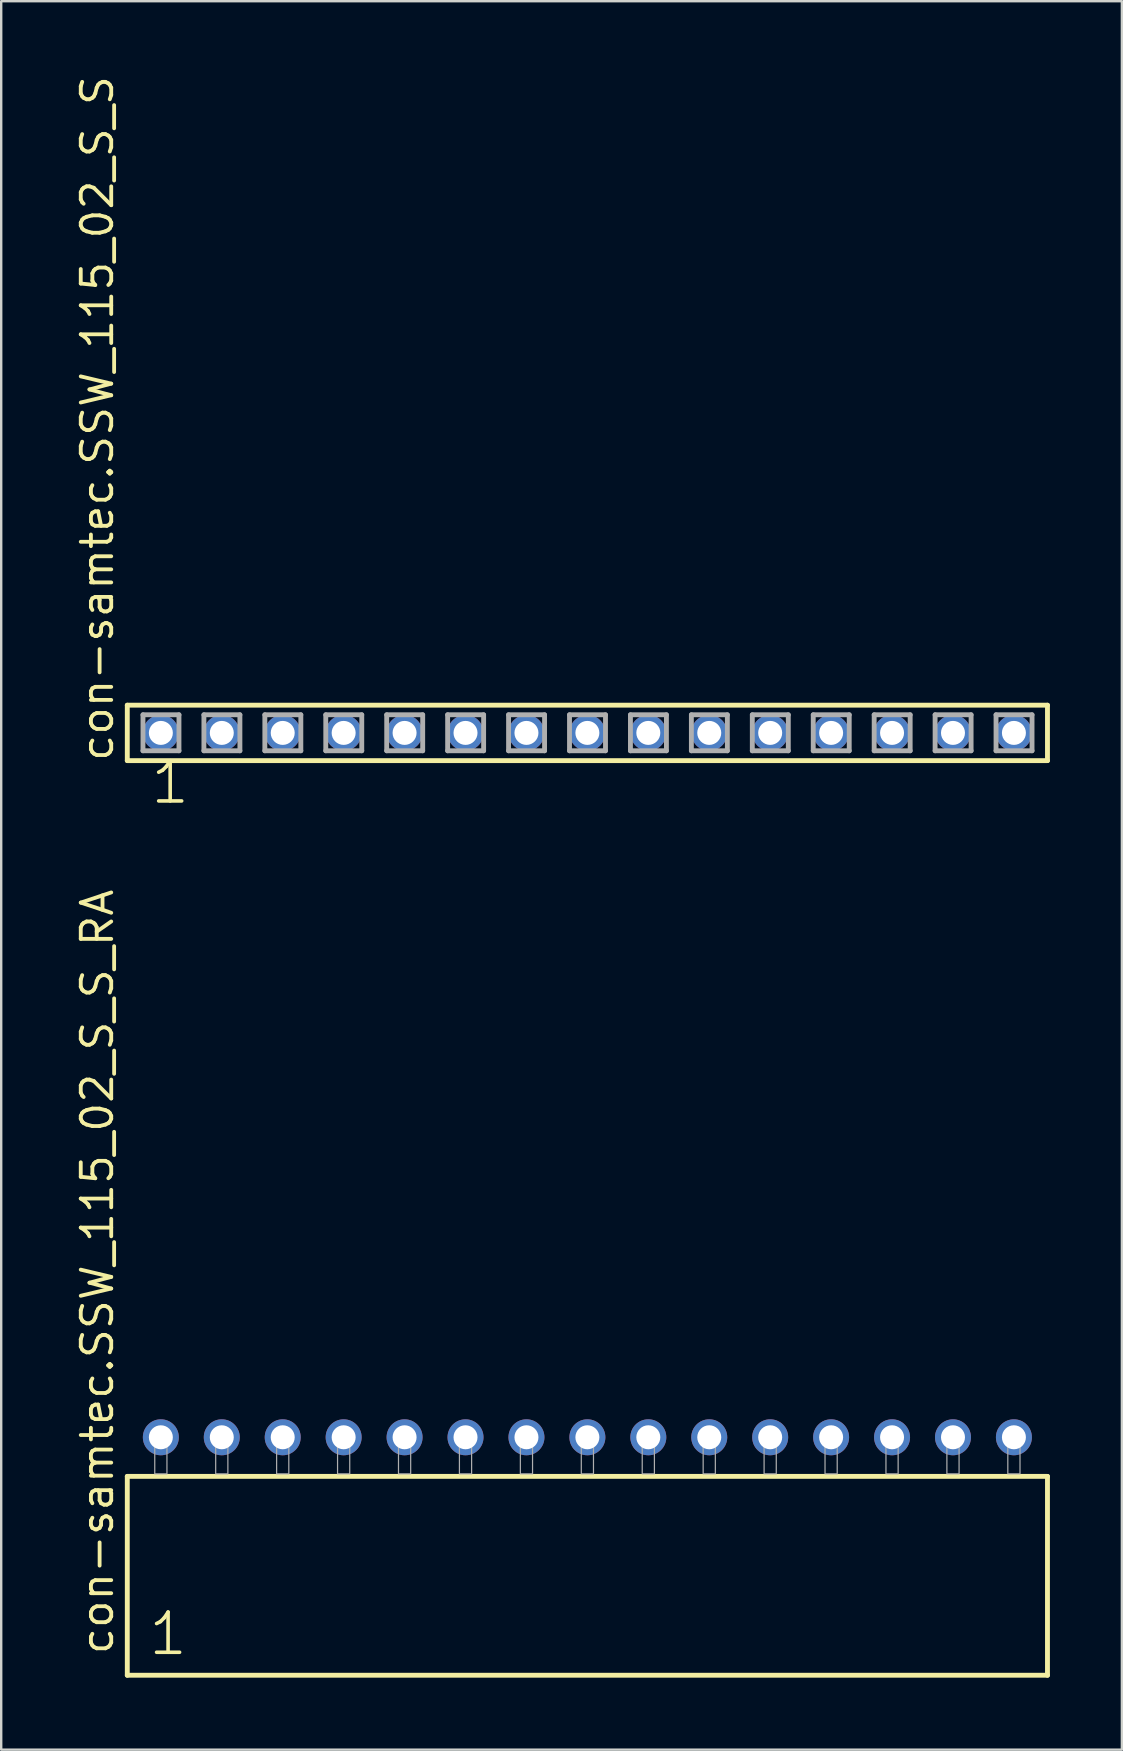
<source format=kicad_pcb>
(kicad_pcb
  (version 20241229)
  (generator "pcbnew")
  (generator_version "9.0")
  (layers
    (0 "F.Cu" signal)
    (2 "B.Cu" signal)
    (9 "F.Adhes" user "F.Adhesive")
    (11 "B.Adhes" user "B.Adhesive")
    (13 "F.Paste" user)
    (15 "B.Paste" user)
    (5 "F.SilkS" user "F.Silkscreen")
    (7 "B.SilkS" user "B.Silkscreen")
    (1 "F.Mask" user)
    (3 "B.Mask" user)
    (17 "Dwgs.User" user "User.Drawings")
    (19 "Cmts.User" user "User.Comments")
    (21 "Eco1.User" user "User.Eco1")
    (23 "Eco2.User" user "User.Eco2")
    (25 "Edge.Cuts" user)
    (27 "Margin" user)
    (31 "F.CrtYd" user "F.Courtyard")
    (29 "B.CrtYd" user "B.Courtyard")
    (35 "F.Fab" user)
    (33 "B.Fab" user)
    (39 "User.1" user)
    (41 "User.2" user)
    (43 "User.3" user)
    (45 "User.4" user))
  (footprint "con-samtec.SSW_115_02_S_S"
    (layer "F.Cu")
    (at 21.435 27.501)
    (property "Reference" "con-samtec.SSW_115_02_S_S" (at -19.685 1.27 90) (layer "F.SilkS") (effects (font (size 1.27 1.27) (thickness 0.16)) (justify left bottom)))
    (attr through_hole)
    (fp_line (start -19.179 -1.155) (end 19.179 -1.155) (stroke (width 0.203) (type default)) (layer "F.SilkS"))
    (fp_line (start -19.179 1.155) (end -19.179 -1.155) (stroke (width 0.203) (type default)) (layer "F.SilkS"))
    (fp_line (start 19.179 -1.155) (end 19.179 1.155) (stroke (width 0.203) (type default)) (layer "F.SilkS"))
    (fp_line (start 19.179 1.155) (end -19.179 1.155) (stroke (width 0.203) (type default)) (layer "F.SilkS"))
    (fp_line (start -18.525 -0.755) (end -17.025 -0.755) (stroke (width 0.203) (type default)) (layer "F.Fab"))
    (fp_line (start -18.525 0.745) (end -18.525 -0.755) (stroke (width 0.203) (type default)) (layer "F.Fab"))
    (fp_line (start -17.025 -0.755) (end -17.025 0.745) (stroke (width 0.203) (type default)) (layer "F.Fab"))
    (fp_line (start -17.025 0.745) (end -18.525 0.745) (stroke (width 0.203) (type default)) (layer "F.Fab"))
    (fp_line (start -15.985 -0.755) (end -14.485 -0.755) (stroke (width 0.203) (type default)) (layer "F.Fab"))
    (fp_line (start -15.985 0.745) (end -15.985 -0.755) (stroke (width 0.203) (type default)) (layer "F.Fab"))
    (fp_line (start -14.485 -0.755) (end -14.485 0.745) (stroke (width 0.203) (type default)) (layer "F.Fab"))
    (fp_line (start -14.485 0.745) (end -15.985 0.745) (stroke (width 0.203) (type default)) (layer "F.Fab"))
    (fp_line (start -13.445 -0.755) (end -11.945 -0.755) (stroke (width 0.203) (type default)) (layer "F.Fab"))
    (fp_line (start -13.445 0.745) (end -13.445 -0.755) (stroke (width 0.203) (type default)) (layer "F.Fab"))
    (fp_line (start -11.945 -0.755) (end -11.945 0.745) (stroke (width 0.203) (type default)) (layer "F.Fab"))
    (fp_line (start -11.945 0.745) (end -13.445 0.745) (stroke (width 0.203) (type default)) (layer "F.Fab"))
    (fp_line (start -10.905 -0.755) (end -9.405 -0.755) (stroke (width 0.203) (type default)) (layer "F.Fab"))
    (fp_line (start -10.905 0.745) (end -10.905 -0.755) (stroke (width 0.203) (type default)) (layer "F.Fab"))
    (fp_line (start -9.405 -0.755) (end -9.405 0.745) (stroke (width 0.203) (type default)) (layer "F.Fab"))
    (fp_line (start -9.405 0.745) (end -10.905 0.745) (stroke (width 0.203) (type default)) (layer "F.Fab"))
    (fp_line (start -8.365 -0.755) (end -6.865 -0.755) (stroke (width 0.203) (type default)) (layer "F.Fab"))
    (fp_line (start -8.365 0.745) (end -8.365 -0.755) (stroke (width 0.203) (type default)) (layer "F.Fab"))
    (fp_line (start -6.865 -0.755) (end -6.865 0.745) (stroke (width 0.203) (type default)) (layer "F.Fab"))
    (fp_line (start -6.865 0.745) (end -8.365 0.745) (stroke (width 0.203) (type default)) (layer "F.Fab"))
    (fp_line (start -5.825 -0.755) (end -4.325 -0.755) (stroke (width 0.203) (type default)) (layer "F.Fab"))
    (fp_line (start -5.825 0.745) (end -5.825 -0.755) (stroke (width 0.203) (type default)) (layer "F.Fab"))
    (fp_line (start -4.325 -0.755) (end -4.325 0.745) (stroke (width 0.203) (type default)) (layer "F.Fab"))
    (fp_line (start -4.325 0.745) (end -5.825 0.745) (stroke (width 0.203) (type default)) (layer "F.Fab"))
    (fp_line (start -3.285 -0.755) (end -1.785 -0.755) (stroke (width 0.203) (type default)) (layer "F.Fab"))
    (fp_line (start -3.285 0.745) (end -3.285 -0.755) (stroke (width 0.203) (type default)) (layer "F.Fab"))
    (fp_line (start -1.785 -0.755) (end -1.785 0.745) (stroke (width 0.203) (type default)) (layer "F.Fab"))
    (fp_line (start -1.785 0.745) (end -3.285 0.745) (stroke (width 0.203) (type default)) (layer "F.Fab"))
    (fp_line (start -0.745 -0.755) (end 0.755 -0.755) (stroke (width 0.203) (type default)) (layer "F.Fab"))
    (fp_line (start -0.745 0.745) (end -0.745 -0.755) (stroke (width 0.203) (type default)) (layer "F.Fab"))
    (fp_line (start 0.755 -0.755) (end 0.755 0.745) (stroke (width 0.203) (type default)) (layer "F.Fab"))
    (fp_line (start 0.755 0.745) (end -0.745 0.745) (stroke (width 0.203) (type default)) (layer "F.Fab"))
    (fp_line (start 1.795 -0.755) (end 3.295 -0.755) (stroke (width 0.203) (type default)) (layer "F.Fab"))
    (fp_line (start 1.795 0.745) (end 1.795 -0.755) (stroke (width 0.203) (type default)) (layer "F.Fab"))
    (fp_line (start 3.295 -0.755) (end 3.295 0.745) (stroke (width 0.203) (type default)) (layer "F.Fab"))
    (fp_line (start 3.295 0.745) (end 1.795 0.745) (stroke (width 0.203) (type default)) (layer "F.Fab"))
    (fp_line (start 4.335 -0.755) (end 5.835 -0.755) (stroke (width 0.203) (type default)) (layer "F.Fab"))
    (fp_line (start 4.335 0.745) (end 4.335 -0.755) (stroke (width 0.203) (type default)) (layer "F.Fab"))
    (fp_line (start 5.835 -0.755) (end 5.835 0.745) (stroke (width 0.203) (type default)) (layer "F.Fab"))
    (fp_line (start 5.835 0.745) (end 4.335 0.745) (stroke (width 0.203) (type default)) (layer "F.Fab"))
    (fp_line (start 6.875 -0.755) (end 8.375 -0.755) (stroke (width 0.203) (type default)) (layer "F.Fab"))
    (fp_line (start 6.875 0.745) (end 6.875 -0.755) (stroke (width 0.203) (type default)) (layer "F.Fab"))
    (fp_line (start 8.375 -0.755) (end 8.375 0.745) (stroke (width 0.203) (type default)) (layer "F.Fab"))
    (fp_line (start 8.375 0.745) (end 6.875 0.745) (stroke (width 0.203) (type default)) (layer "F.Fab"))
    (fp_line (start 9.415 -0.755) (end 10.915 -0.755) (stroke (width 0.203) (type default)) (layer "F.Fab"))
    (fp_line (start 9.415 0.745) (end 9.415 -0.755) (stroke (width 0.203) (type default)) (layer "F.Fab"))
    (fp_line (start 10.915 -0.755) (end 10.915 0.745) (stroke (width 0.203) (type default)) (layer "F.Fab"))
    (fp_line (start 10.915 0.745) (end 9.415 0.745) (stroke (width 0.203) (type default)) (layer "F.Fab"))
    (fp_line (start 11.955 -0.755) (end 13.455 -0.755) (stroke (width 0.203) (type default)) (layer "F.Fab"))
    (fp_line (start 11.955 0.745) (end 11.955 -0.755) (stroke (width 0.203) (type default)) (layer "F.Fab"))
    (fp_line (start 13.455 -0.755) (end 13.455 0.745) (stroke (width 0.203) (type default)) (layer "F.Fab"))
    (fp_line (start 13.455 0.745) (end 11.955 0.745) (stroke (width 0.203) (type default)) (layer "F.Fab"))
    (fp_line (start 14.495 -0.755) (end 15.995 -0.755) (stroke (width 0.203) (type default)) (layer "F.Fab"))
    (fp_line (start 14.495 0.745) (end 14.495 -0.755) (stroke (width 0.203) (type default)) (layer "F.Fab"))
    (fp_line (start 15.995 -0.755) (end 15.995 0.745) (stroke (width 0.203) (type default)) (layer "F.Fab"))
    (fp_line (start 15.995 0.745) (end 14.495 0.745) (stroke (width 0.203) (type default)) (layer "F.Fab"))
    (fp_line (start 17.035 -0.755) (end 18.535 -0.755) (stroke (width 0.203) (type default)) (layer "F.Fab"))
    (fp_line (start 17.035 0.745) (end 17.035 -0.755) (stroke (width 0.203) (type default)) (layer "F.Fab"))
    (fp_line (start 18.535 -0.755) (end 18.535 0.745) (stroke (width 0.203) (type default)) (layer "F.Fab"))
    (fp_line (start 18.535 0.745) (end 17.035 0.745) (stroke (width 0.203) (type default)) (layer "F.Fab"))
    (fp_text user "1" (at -18.288 3.048 0) (layer "F.SilkS") (effects (font (size 1.676 1.676) (thickness 0.15)) (justify left bottom)))
    (pad "1" thru_hole circle (at -17.78 0) (size 1.5 1.5) (drill 1) (layers "*.Cu" "*.Mask"))
    (pad "2" thru_hole circle (at -15.24 0) (size 1.5 1.5) (drill 1) (layers "*.Cu" "*.Mask"))
    (pad "3" thru_hole circle (at -12.7 0) (size 1.5 1.5) (drill 1) (layers "*.Cu" "*.Mask"))
    (pad "4" thru_hole circle (at -10.16 0) (size 1.5 1.5) (drill 1) (layers "*.Cu" "*.Mask"))
    (pad "5" thru_hole circle (at -7.62 0) (size 1.5 1.5) (drill 1) (layers "*.Cu" "*.Mask"))
    (pad "6" thru_hole circle (at -5.08 0) (size 1.5 1.5) (drill 1) (layers "*.Cu" "*.Mask"))
    (pad "7" thru_hole circle (at -2.54 0) (size 1.5 1.5) (drill 1) (layers "*.Cu" "*.Mask"))
    (pad "8" thru_hole circle (at 0 0) (size 1.5 1.5) (drill 1) (layers "*.Cu" "*.Mask"))
    (pad "9" thru_hole circle (at 2.54 0) (size 1.5 1.5) (drill 1) (layers "*.Cu" "*.Mask"))
    (pad "10" thru_hole circle (at 5.08 0) (size 1.5 1.5) (drill 1) (layers "*.Cu" "*.Mask"))
    (pad "11" thru_hole circle (at 7.62 0) (size 1.5 1.5) (drill 1) (layers "*.Cu" "*.Mask"))
    (pad "12" thru_hole circle (at 10.16 0) (size 1.5 1.5) (drill 1) (layers "*.Cu" "*.Mask"))
    (pad "13" thru_hole circle (at 12.7 0) (size 1.5 1.5) (drill 1) (layers "*.Cu" "*.Mask"))
    (pad "14" thru_hole circle (at 15.24 0) (size 1.5 1.5) (drill 1) (layers "*.Cu" "*.Mask"))
    (pad "15" thru_hole circle (at 17.78 0) (size 1.5 1.5) (drill 1) (layers "*.Cu" "*.Mask")))
  (footprint "con-samtec.SSW_115_02_S_S_RA"
    (layer "F.Cu")
    (at 21.435 58.387)
    (property "Reference" "con-samtec.SSW_115_02_S_S_RA" (at -19.685 7.62 90) (layer "F.SilkS") (effects (font (size 1.27 1.27) (thickness 0.16)) (justify left bottom)))
    (attr through_hole)
    (fp_line (start -19.179 0.106) (end -19.179 8.396) (stroke (width 0.203) (type default)) (layer "F.SilkS"))
    (fp_line (start -19.179 8.396) (end 19.179 8.396) (stroke (width 0.203) (type default)) (layer "F.SilkS"))
    (fp_line (start 19.179 0.106) (end -19.179 0.106) (stroke (width 0.203) (type default)) (layer "F.SilkS"))
    (fp_line (start 19.179 8.396) (end 19.179 0.106) (stroke (width 0.203) (type default)) (layer "F.SilkS"))
    (fp_rect (start -18.034 0) (end -17.526 -1.778) (stroke (width 0.05) (type default)) (fill no) (layer "F.Fab"))
    (fp_rect (start -15.494 0) (end -14.986 -1.778) (stroke (width 0.05) (type default)) (fill no) (layer "F.Fab"))
    (fp_rect (start -12.954 0) (end -12.446 -1.778) (stroke (width 0.05) (type default)) (fill no) (layer "F.Fab"))
    (fp_rect (start -10.414 0) (end -9.906 -1.778) (stroke (width 0.05) (type default)) (fill no) (layer "F.Fab"))
    (fp_rect (start -7.874 0) (end -7.366 -1.778) (stroke (width 0.05) (type default)) (fill no) (layer "F.Fab"))
    (fp_rect (start -5.334 0) (end -4.826 -1.778) (stroke (width 0.05) (type default)) (fill no) (layer "F.Fab"))
    (fp_rect (start -2.794 0) (end -2.286 -1.778) (stroke (width 0.05) (type default)) (fill no) (layer "F.Fab"))
    (fp_rect (start -0.254 0) (end 0.254 -1.778) (stroke (width 0.05) (type default)) (fill no) (layer "F.Fab"))
    (fp_rect (start 2.286 0) (end 2.794 -1.778) (stroke (width 0.05) (type default)) (fill no) (layer "F.Fab"))
    (fp_rect (start 4.826 0) (end 5.334 -1.778) (stroke (width 0.05) (type default)) (fill no) (layer "F.Fab"))
    (fp_rect (start 7.366 0) (end 7.874 -1.778) (stroke (width 0.05) (type default)) (fill no) (layer "F.Fab"))
    (fp_rect (start 9.906 0) (end 10.414 -1.778) (stroke (width 0.05) (type default)) (fill no) (layer "F.Fab"))
    (fp_rect (start 12.446 0) (end 12.954 -1.778) (stroke (width 0.05) (type default)) (fill no) (layer "F.Fab"))
    (fp_rect (start 14.986 0) (end 15.494 -1.778) (stroke (width 0.05) (type default)) (fill no) (layer "F.Fab"))
    (fp_rect (start 17.526 0) (end 18.034 -1.778) (stroke (width 0.05) (type default)) (fill no) (layer "F.Fab"))
    (fp_text user "1" (at -18.375 7.65 0) (layer "F.SilkS") (effects (font (size 1.676 1.676) (thickness 0.15)) (justify left bottom)))
    (pad "1" thru_hole circle (at -17.78 -1.524) (size 1.5 1.5) (drill 1) (layers "*.Cu" "*.Mask"))
    (pad "2" thru_hole circle (at -15.24 -1.524) (size 1.5 1.5) (drill 1) (layers "*.Cu" "*.Mask"))
    (pad "3" thru_hole circle (at -12.7 -1.524) (size 1.5 1.5) (drill 1) (layers "*.Cu" "*.Mask"))
    (pad "4" thru_hole circle (at -10.16 -1.524) (size 1.5 1.5) (drill 1) (layers "*.Cu" "*.Mask"))
    (pad "5" thru_hole circle (at -7.62 -1.524) (size 1.5 1.5) (drill 1) (layers "*.Cu" "*.Mask"))
    (pad "6" thru_hole circle (at -5.08 -1.524) (size 1.5 1.5) (drill 1) (layers "*.Cu" "*.Mask"))
    (pad "7" thru_hole circle (at -2.54 -1.524) (size 1.5 1.5) (drill 1) (layers "*.Cu" "*.Mask"))
    (pad "8" thru_hole circle (at 0 -1.524) (size 1.5 1.5) (drill 1) (layers "*.Cu" "*.Mask"))
    (pad "9" thru_hole circle (at 2.54 -1.524) (size 1.5 1.5) (drill 1) (layers "*.Cu" "*.Mask"))
    (pad "10" thru_hole circle (at 5.08 -1.524) (size 1.5 1.5) (drill 1) (layers "*.Cu" "*.Mask"))
    (pad "11" thru_hole circle (at 7.62 -1.524) (size 1.5 1.5) (drill 1) (layers "*.Cu" "*.Mask"))
    (pad "12" thru_hole circle (at 10.16 -1.524) (size 1.5 1.5) (drill 1) (layers "*.Cu" "*.Mask"))
    (pad "13" thru_hole circle (at 12.7 -1.524) (size 1.5 1.5) (drill 1) (layers "*.Cu" "*.Mask"))
    (pad "14" thru_hole circle (at 15.24 -1.524) (size 1.5 1.5) (drill 1) (layers "*.Cu" "*.Mask"))
    (pad "15" thru_hole circle (at 17.78 -1.524) (size 1.5 1.5) (drill 1) (layers "*.Cu" "*.Mask")))
  (gr_rect
    (start -3 -3)
    (end 43.716 69.885)
    (stroke (width 0.1) (type default))
    (fill no)
    (layer "Edge.Cuts")))
</source>
